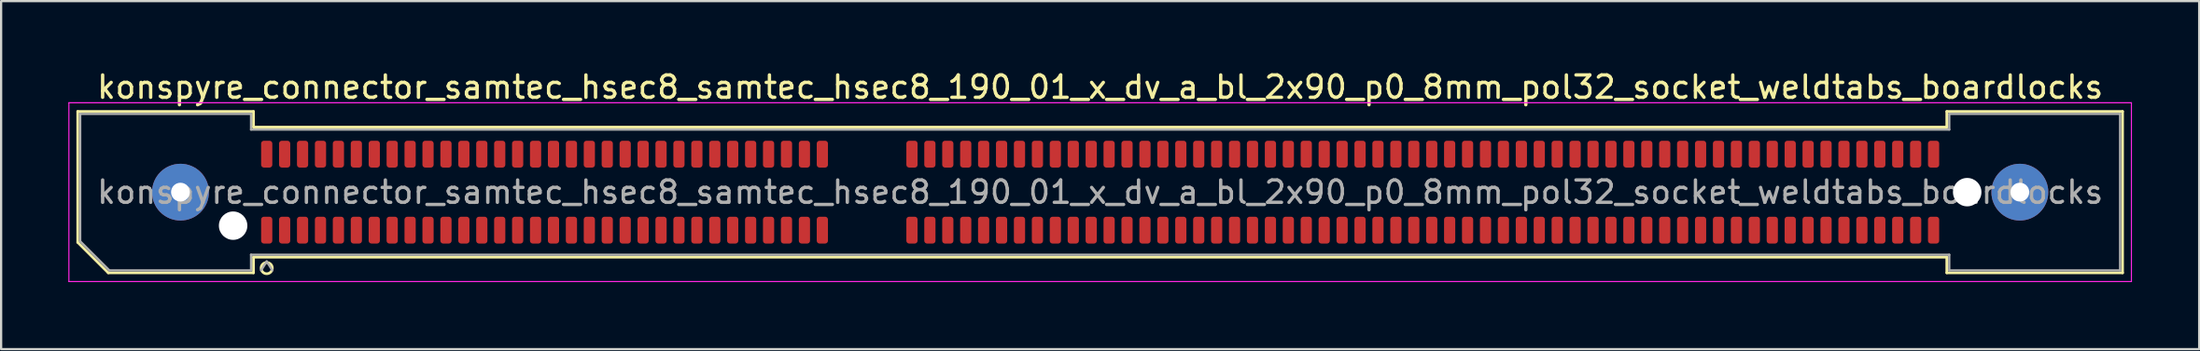
<source format=kicad_pcb>
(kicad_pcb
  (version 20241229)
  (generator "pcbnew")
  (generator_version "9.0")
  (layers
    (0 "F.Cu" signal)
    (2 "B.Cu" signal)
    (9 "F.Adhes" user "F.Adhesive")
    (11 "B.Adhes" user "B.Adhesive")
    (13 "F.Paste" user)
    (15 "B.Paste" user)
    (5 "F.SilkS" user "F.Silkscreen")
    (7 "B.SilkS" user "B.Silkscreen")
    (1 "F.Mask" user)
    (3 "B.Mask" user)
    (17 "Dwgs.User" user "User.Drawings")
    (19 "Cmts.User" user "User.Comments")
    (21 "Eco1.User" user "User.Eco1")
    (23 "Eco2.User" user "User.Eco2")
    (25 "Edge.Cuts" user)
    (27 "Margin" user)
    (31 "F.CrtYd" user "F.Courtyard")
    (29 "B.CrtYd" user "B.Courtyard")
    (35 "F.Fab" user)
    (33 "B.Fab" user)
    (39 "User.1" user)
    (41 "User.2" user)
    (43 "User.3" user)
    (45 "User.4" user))
  (footprint "konspyre_connector_samtec_hsec8_samtec_hsec8_190_01_x_dv_a_bl_2x90_p0_8mm_pol32_socket_weldtabs_boardlocks"
    (layer "F.Cu")
    (at 46.055 5.548)
    (property "Reference" "konspyre_connector_samtec_hsec8_samtec_hsec8_190_01_x_dv_a_bl_2x90_p0_8mm_pol32_socket_weldtabs_boardlocks" (at 0 -4.7 0) (layer "F.SilkS") (effects (font (size 1 1) (thickness 0.15))))
    (attr smd)
    (fp_line (start -45.635 -3.61) (end -37.79 -3.61) (stroke (width 0.12) (type solid)) (layer "F.SilkS"))
    (fp_line (start -45.635 2.246) (end -45.635 -3.61) (stroke (width 0.12) (type solid)) (layer "F.SilkS"))
    (fp_line (start -44.271 3.61) (end -45.635 2.246) (stroke (width 0.12) (type solid)) (layer "F.SilkS"))
    (fp_line (start -37.79 -3.61) (end -37.79 -2.91) (stroke (width 0.12) (type solid)) (layer "F.SilkS"))
    (fp_line (start -37.79 -2.91) (end 37.79 -2.91) (stroke (width 0.12) (type solid)) (layer "F.SilkS"))
    (fp_line (start -37.79 2.91) (end -37.79 3.61) (stroke (width 0.12) (type solid)) (layer "F.SilkS"))
    (fp_line (start -37.79 3.61) (end -44.271 3.61) (stroke (width 0.12) (type solid)) (layer "F.SilkS"))
    (fp_line (start 37.79 -3.61) (end 45.635 -3.61) (stroke (width 0.12) (type solid)) (layer "F.SilkS"))
    (fp_line (start 37.79 -2.91) (end 37.79 -3.61) (stroke (width 0.12) (type solid)) (layer "F.SilkS"))
    (fp_line (start 37.79 2.91) (end -37.79 2.91) (stroke (width 0.12) (type solid)) (layer "F.SilkS"))
    (fp_line (start 37.79 3.61) (end 37.79 2.91) (stroke (width 0.12) (type solid)) (layer "F.SilkS"))
    (fp_line (start 45.635 -3.61) (end 45.635 3.61) (stroke (width 0.12) (type solid)) (layer "F.SilkS"))
    (fp_line (start 45.635 3.61) (end 37.79 3.61) (stroke (width 0.12) (type solid)) (layer "F.SilkS"))
    (fp_circle (center -37.2 3.4) (end -36.95 3.4) (stroke (width 0.12) (type solid)) (fill no) (layer "F.SilkS"))
    (fp_line (start -46.03 -4) (end -46.03 4) (stroke (width 0.05) (type solid)) (layer "F.CrtYd"))
    (fp_line (start -46.03 4) (end 46.03 4) (stroke (width 0.05) (type solid)) (layer "F.CrtYd"))
    (fp_line (start 46.03 -4) (end -46.03 -4) (stroke (width 0.05) (type solid)) (layer "F.CrtYd"))
    (fp_line (start 46.03 4) (end 46.03 -4) (stroke (width 0.05) (type solid)) (layer "F.CrtYd"))
    (fp_line (start -45.525 -3.5) (end -37.9 -3.5) (stroke (width 0.1) (type solid)) (layer "F.Fab"))
    (fp_line (start -45.525 2.2) (end -45.525 -3.5) (stroke (width 0.1) (type solid)) (layer "F.Fab"))
    (fp_line (start -44.225 3.5) (end -45.525 2.2) (stroke (width 0.1) (type solid)) (layer "F.Fab"))
    (fp_line (start -37.9 -3.5) (end -37.9 -2.8) (stroke (width 0.1) (type solid)) (layer "F.Fab"))
    (fp_line (start -37.9 -2.8) (end 37.9 -2.8) (stroke (width 0.1) (type solid)) (layer "F.Fab"))
    (fp_line (start -37.9 2.8) (end -37.9 3.5) (stroke (width 0.1) (type solid)) (layer "F.Fab"))
    (fp_line (start -37.9 3.5) (end -44.225 3.5) (stroke (width 0.1) (type solid)) (layer "F.Fab"))
    (fp_line (start -37.2 3.1) (end -37.45 3.5) (stroke (width 0.1) (type solid)) (layer "F.Fab"))
    (fp_line (start -37.2 3.1) (end -36.95 3.5) (stroke (width 0.1) (type solid)) (layer "F.Fab"))
    (fp_line (start 37.9 -3.5) (end 45.525 -3.5) (stroke (width 0.1) (type solid)) (layer "F.Fab"))
    (fp_line (start 37.9 -2.8) (end 37.9 -3.5) (stroke (width 0.1) (type solid)) (layer "F.Fab"))
    (fp_line (start 37.9 2.8) (end -37.9 2.8) (stroke (width 0.1) (type solid)) (layer "F.Fab"))
    (fp_line (start 37.9 3.5) (end 37.9 2.8) (stroke (width 0.1) (type solid)) (layer "F.Fab"))
    (fp_line (start 45.525 -3.5) (end 45.525 3.5) (stroke (width 0.1) (type solid)) (layer "F.Fab"))
    (fp_line (start 45.525 3.5) (end 37.9 3.5) (stroke (width 0.1) (type solid)) (layer "F.Fab"))
    (fp_text user "${REFERENCE}" (at 0 0 0) (layer "F.Fab") (effects (font (size 1 1) (thickness 0.15))))
    (pad "" thru_hole circle (at -41.05 0) (size 2.54 2.54) (drill 0.84) (layers "*.Cu" "*.Mask" "F.Paste"))
    (pad "" np_thru_hole circle (at -38.7 1.5) (size 1.27 1.27) (drill 1.27) (layers "*.Cu" "*.Mask"))
    (pad "" np_thru_hole circle (at 38.7 0) (size 1.27 1.27) (drill 1.27) (layers "*.Cu" "*.Mask"))
    (pad "" thru_hole circle (at 41.05 0) (size 2.54 2.54) (drill 0.84) (layers "*.Cu" "*.Mask" "F.Paste"))
    (pad "1" smd roundrect (at -37.2 1.7) (size 0.5 1.2) (layers "F.Cu" "F.Mask" "F.Paste") (roundrect_rratio 0.25))
    (pad "2" smd roundrect (at -37.2 -1.7) (size 0.5 1.2) (layers "F.Cu" "F.Mask" "F.Paste") (roundrect_rratio 0.25))
    (pad "3" smd roundrect (at -36.4 1.7) (size 0.5 1.2) (layers "F.Cu" "F.Mask" "F.Paste") (roundrect_rratio 0.25))
    (pad "4" smd roundrect (at -36.4 -1.7) (size 0.5 1.2) (layers "F.Cu" "F.Mask" "F.Paste") (roundrect_rratio 0.25))
    (pad "5" smd roundrect (at -35.6 1.7) (size 0.5 1.2) (layers "F.Cu" "F.Mask" "F.Paste") (roundrect_rratio 0.25))
    (pad "6" smd roundrect (at -35.6 -1.7) (size 0.5 1.2) (layers "F.Cu" "F.Mask" "F.Paste") (roundrect_rratio 0.25))
    (pad "7" smd roundrect (at -34.8 1.7) (size 0.5 1.2) (layers "F.Cu" "F.Mask" "F.Paste") (roundrect_rratio 0.25))
    (pad "8" smd roundrect (at -34.8 -1.7) (size 0.5 1.2) (layers "F.Cu" "F.Mask" "F.Paste") (roundrect_rratio 0.25))
    (pad "9" smd roundrect (at -34 1.7) (size 0.5 1.2) (layers "F.Cu" "F.Mask" "F.Paste") (roundrect_rratio 0.25))
    (pad "10" smd roundrect (at -34 -1.7) (size 0.5 1.2) (layers "F.Cu" "F.Mask" "F.Paste") (roundrect_rratio 0.25))
    (pad "11" smd roundrect (at -33.2 1.7) (size 0.5 1.2) (layers "F.Cu" "F.Mask" "F.Paste") (roundrect_rratio 0.25))
    (pad "12" smd roundrect (at -33.2 -1.7) (size 0.5 1.2) (layers "F.Cu" "F.Mask" "F.Paste") (roundrect_rratio 0.25))
    (pad "13" smd roundrect (at -32.4 1.7) (size 0.5 1.2) (layers "F.Cu" "F.Mask" "F.Paste") (roundrect_rratio 0.25))
    (pad "14" smd roundrect (at -32.4 -1.7) (size 0.5 1.2) (layers "F.Cu" "F.Mask" "F.Paste") (roundrect_rratio 0.25))
    (pad "15" smd roundrect (at -31.6 1.7) (size 0.5 1.2) (layers "F.Cu" "F.Mask" "F.Paste") (roundrect_rratio 0.25))
    (pad "16" smd roundrect (at -31.6 -1.7) (size 0.5 1.2) (layers "F.Cu" "F.Mask" "F.Paste") (roundrect_rratio 0.25))
    (pad "17" smd roundrect (at -30.8 1.7) (size 0.5 1.2) (layers "F.Cu" "F.Mask" "F.Paste") (roundrect_rratio 0.25))
    (pad "18" smd roundrect (at -30.8 -1.7) (size 0.5 1.2) (layers "F.Cu" "F.Mask" "F.Paste") (roundrect_rratio 0.25))
    (pad "19" smd roundrect (at -30 1.7) (size 0.5 1.2) (layers "F.Cu" "F.Mask" "F.Paste") (roundrect_rratio 0.25))
    (pad "20" smd roundrect (at -30 -1.7) (size 0.5 1.2) (layers "F.Cu" "F.Mask" "F.Paste") (roundrect_rratio 0.25))
    (pad "21" smd roundrect (at -29.2 1.7) (size 0.5 1.2) (layers "F.Cu" "F.Mask" "F.Paste") (roundrect_rratio 0.25))
    (pad "22" smd roundrect (at -29.2 -1.7) (size 0.5 1.2) (layers "F.Cu" "F.Mask" "F.Paste") (roundrect_rratio 0.25))
    (pad "23" smd roundrect (at -28.4 1.7) (size 0.5 1.2) (layers "F.Cu" "F.Mask" "F.Paste") (roundrect_rratio 0.25))
    (pad "24" smd roundrect (at -28.4 -1.7) (size 0.5 1.2) (layers "F.Cu" "F.Mask" "F.Paste") (roundrect_rratio 0.25))
    (pad "25" smd roundrect (at -27.6 1.7) (size 0.5 1.2) (layers "F.Cu" "F.Mask" "F.Paste") (roundrect_rratio 0.25))
    (pad "26" smd roundrect (at -27.6 -1.7) (size 0.5 1.2) (layers "F.Cu" "F.Mask" "F.Paste") (roundrect_rratio 0.25))
    (pad "27" smd roundrect (at -26.8 1.7) (size 0.5 1.2) (layers "F.Cu" "F.Mask" "F.Paste") (roundrect_rratio 0.25))
    (pad "28" smd roundrect (at -26.8 -1.7) (size 0.5 1.2) (layers "F.Cu" "F.Mask" "F.Paste") (roundrect_rratio 0.25))
    (pad "29" smd roundrect (at -26 1.7) (size 0.5 1.2) (layers "F.Cu" "F.Mask" "F.Paste") (roundrect_rratio 0.25))
    (pad "30" smd roundrect (at -26 -1.7) (size 0.5 1.2) (layers "F.Cu" "F.Mask" "F.Paste") (roundrect_rratio 0.25))
    (pad "31" smd roundrect (at -25.2 1.7) (size 0.5 1.2) (layers "F.Cu" "F.Mask" "F.Paste") (roundrect_rratio 0.25))
    (pad "32" smd roundrect (at -25.2 -1.7) (size 0.5 1.2) (layers "F.Cu" "F.Mask" "F.Paste") (roundrect_rratio 0.25))
    (pad "33" smd roundrect (at -24.4 1.7) (size 0.5 1.2) (layers "F.Cu" "F.Mask" "F.Paste") (roundrect_rratio 0.25))
    (pad "34" smd roundrect (at -24.4 -1.7) (size 0.5 1.2) (layers "F.Cu" "F.Mask" "F.Paste") (roundrect_rratio 0.25))
    (pad "35" smd roundrect (at -23.6 1.7) (size 0.5 1.2) (layers "F.Cu" "F.Mask" "F.Paste") (roundrect_rratio 0.25))
    (pad "36" smd roundrect (at -23.6 -1.7) (size 0.5 1.2) (layers "F.Cu" "F.Mask" "F.Paste") (roundrect_rratio 0.25))
    (pad "37" smd roundrect (at -22.8 1.7) (size 0.5 1.2) (layers "F.Cu" "F.Mask" "F.Paste") (roundrect_rratio 0.25))
    (pad "38" smd roundrect (at -22.8 -1.7) (size 0.5 1.2) (layers "F.Cu" "F.Mask" "F.Paste") (roundrect_rratio 0.25))
    (pad "39" smd roundrect (at -22 1.7) (size 0.5 1.2) (layers "F.Cu" "F.Mask" "F.Paste") (roundrect_rratio 0.25))
    (pad "40" smd roundrect (at -22 -1.7) (size 0.5 1.2) (layers "F.Cu" "F.Mask" "F.Paste") (roundrect_rratio 0.25))
    (pad "41" smd roundrect (at -21.2 1.7) (size 0.5 1.2) (layers "F.Cu" "F.Mask" "F.Paste") (roundrect_rratio 0.25))
    (pad "42" smd roundrect (at -21.2 -1.7) (size 0.5 1.2) (layers "F.Cu" "F.Mask" "F.Paste") (roundrect_rratio 0.25))
    (pad "43" smd roundrect (at -20.4 1.7) (size 0.5 1.2) (layers "F.Cu" "F.Mask" "F.Paste") (roundrect_rratio 0.25))
    (pad "44" smd roundrect (at -20.4 -1.7) (size 0.5 1.2) (layers "F.Cu" "F.Mask" "F.Paste") (roundrect_rratio 0.25))
    (pad "45" smd roundrect (at -19.6 1.7) (size 0.5 1.2) (layers "F.Cu" "F.Mask" "F.Paste") (roundrect_rratio 0.25))
    (pad "46" smd roundrect (at -19.6 -1.7) (size 0.5 1.2) (layers "F.Cu" "F.Mask" "F.Paste") (roundrect_rratio 0.25))
    (pad "47" smd roundrect (at -18.8 1.7) (size 0.5 1.2) (layers "F.Cu" "F.Mask" "F.Paste") (roundrect_rratio 0.25))
    (pad "48" smd roundrect (at -18.8 -1.7) (size 0.5 1.2) (layers "F.Cu" "F.Mask" "F.Paste") (roundrect_rratio 0.25))
    (pad "49" smd roundrect (at -18 1.7) (size 0.5 1.2) (layers "F.Cu" "F.Mask" "F.Paste") (roundrect_rratio 0.25))
    (pad "50" smd roundrect (at -18 -1.7) (size 0.5 1.2) (layers "F.Cu" "F.Mask" "F.Paste") (roundrect_rratio 0.25))
    (pad "51" smd roundrect (at -17.2 1.7) (size 0.5 1.2) (layers "F.Cu" "F.Mask" "F.Paste") (roundrect_rratio 0.25))
    (pad "52" smd roundrect (at -17.2 -1.7) (size 0.5 1.2) (layers "F.Cu" "F.Mask" "F.Paste") (roundrect_rratio 0.25))
    (pad "53" smd roundrect (at -16.4 1.7) (size 0.5 1.2) (layers "F.Cu" "F.Mask" "F.Paste") (roundrect_rratio 0.25))
    (pad "54" smd roundrect (at -16.4 -1.7) (size 0.5 1.2) (layers "F.Cu" "F.Mask" "F.Paste") (roundrect_rratio 0.25))
    (pad "55" smd roundrect (at -15.6 1.7) (size 0.5 1.2) (layers "F.Cu" "F.Mask" "F.Paste") (roundrect_rratio 0.25))
    (pad "56" smd roundrect (at -15.6 -1.7) (size 0.5 1.2) (layers "F.Cu" "F.Mask" "F.Paste") (roundrect_rratio 0.25))
    (pad "57" smd roundrect (at -14.8 1.7) (size 0.5 1.2) (layers "F.Cu" "F.Mask" "F.Paste") (roundrect_rratio 0.25))
    (pad "58" smd roundrect (at -14.8 -1.7) (size 0.5 1.2) (layers "F.Cu" "F.Mask" "F.Paste") (roundrect_rratio 0.25))
    (pad "59" smd roundrect (at -14 1.7) (size 0.5 1.2) (layers "F.Cu" "F.Mask" "F.Paste") (roundrect_rratio 0.25))
    (pad "60" smd roundrect (at -14 -1.7) (size 0.5 1.2) (layers "F.Cu" "F.Mask" "F.Paste") (roundrect_rratio 0.25))
    (pad "61" smd roundrect (at -13.2 1.7) (size 0.5 1.2) (layers "F.Cu" "F.Mask" "F.Paste") (roundrect_rratio 0.25))
    (pad "62" smd roundrect (at -13.2 -1.7) (size 0.5 1.2) (layers "F.Cu" "F.Mask" "F.Paste") (roundrect_rratio 0.25))
    (pad "63" smd roundrect (at -12.4 1.7) (size 0.5 1.2) (layers "F.Cu" "F.Mask" "F.Paste") (roundrect_rratio 0.25))
    (pad "64" smd roundrect (at -12.4 -1.7) (size 0.5 1.2) (layers "F.Cu" "F.Mask" "F.Paste") (roundrect_rratio 0.25))
    (pad "65" smd roundrect (at -8.4 1.7) (size 0.5 1.2) (layers "F.Cu" "F.Mask" "F.Paste") (roundrect_rratio 0.25))
    (pad "66" smd roundrect (at -8.4 -1.7) (size 0.5 1.2) (layers "F.Cu" "F.Mask" "F.Paste") (roundrect_rratio 0.25))
    (pad "67" smd roundrect (at -7.6 1.7) (size 0.5 1.2) (layers "F.Cu" "F.Mask" "F.Paste") (roundrect_rratio 0.25))
    (pad "68" smd roundrect (at -7.6 -1.7) (size 0.5 1.2) (layers "F.Cu" "F.Mask" "F.Paste") (roundrect_rratio 0.25))
    (pad "69" smd roundrect (at -6.8 1.7) (size 0.5 1.2) (layers "F.Cu" "F.Mask" "F.Paste") (roundrect_rratio 0.25))
    (pad "70" smd roundrect (at -6.8 -1.7) (size 0.5 1.2) (layers "F.Cu" "F.Mask" "F.Paste") (roundrect_rratio 0.25))
    (pad "71" smd roundrect (at -6 1.7) (size 0.5 1.2) (layers "F.Cu" "F.Mask" "F.Paste") (roundrect_rratio 0.25))
    (pad "72" smd roundrect (at -6 -1.7) (size 0.5 1.2) (layers "F.Cu" "F.Mask" "F.Paste") (roundrect_rratio 0.25))
    (pad "73" smd roundrect (at -5.2 1.7) (size 0.5 1.2) (layers "F.Cu" "F.Mask" "F.Paste") (roundrect_rratio 0.25))
    (pad "74" smd roundrect (at -5.2 -1.7) (size 0.5 1.2) (layers "F.Cu" "F.Mask" "F.Paste") (roundrect_rratio 0.25))
    (pad "75" smd roundrect (at -4.4 1.7) (size 0.5 1.2) (layers "F.Cu" "F.Mask" "F.Paste") (roundrect_rratio 0.25))
    (pad "76" smd roundrect (at -4.4 -1.7) (size 0.5 1.2) (layers "F.Cu" "F.Mask" "F.Paste") (roundrect_rratio 0.25))
    (pad "77" smd roundrect (at -3.6 1.7) (size 0.5 1.2) (layers "F.Cu" "F.Mask" "F.Paste") (roundrect_rratio 0.25))
    (pad "78" smd roundrect (at -3.6 -1.7) (size 0.5 1.2) (layers "F.Cu" "F.Mask" "F.Paste") (roundrect_rratio 0.25))
    (pad "79" smd roundrect (at -2.8 1.7) (size 0.5 1.2) (layers "F.Cu" "F.Mask" "F.Paste") (roundrect_rratio 0.25))
    (pad "80" smd roundrect (at -2.8 -1.7) (size 0.5 1.2) (layers "F.Cu" "F.Mask" "F.Paste") (roundrect_rratio 0.25))
    (pad "81" smd roundrect (at -2 1.7) (size 0.5 1.2) (layers "F.Cu" "F.Mask" "F.Paste") (roundrect_rratio 0.25))
    (pad "82" smd roundrect (at -2 -1.7) (size 0.5 1.2) (layers "F.Cu" "F.Mask" "F.Paste") (roundrect_rratio 0.25))
    (pad "83" smd roundrect (at -1.2 1.7) (size 0.5 1.2) (layers "F.Cu" "F.Mask" "F.Paste") (roundrect_rratio 0.25))
    (pad "84" smd roundrect (at -1.2 -1.7) (size 0.5 1.2) (layers "F.Cu" "F.Mask" "F.Paste") (roundrect_rratio 0.25))
    (pad "85" smd roundrect (at -0.4 1.7) (size 0.5 1.2) (layers "F.Cu" "F.Mask" "F.Paste") (roundrect_rratio 0.25))
    (pad "86" smd roundrect (at -0.4 -1.7) (size 0.5 1.2) (layers "F.Cu" "F.Mask" "F.Paste") (roundrect_rratio 0.25))
    (pad "87" smd roundrect (at 0.4 1.7) (size 0.5 1.2) (layers "F.Cu" "F.Mask" "F.Paste") (roundrect_rratio 0.25))
    (pad "88" smd roundrect (at 0.4 -1.7) (size 0.5 1.2) (layers "F.Cu" "F.Mask" "F.Paste") (roundrect_rratio 0.25))
    (pad "89" smd roundrect (at 1.2 1.7) (size 0.5 1.2) (layers "F.Cu" "F.Mask" "F.Paste") (roundrect_rratio 0.25))
    (pad "90" smd roundrect (at 1.2 -1.7) (size 0.5 1.2) (layers "F.Cu" "F.Mask" "F.Paste") (roundrect_rratio 0.25))
    (pad "91" smd roundrect (at 2 1.7) (size 0.5 1.2) (layers "F.Cu" "F.Mask" "F.Paste") (roundrect_rratio 0.25))
    (pad "92" smd roundrect (at 2 -1.7) (size 0.5 1.2) (layers "F.Cu" "F.Mask" "F.Paste") (roundrect_rratio 0.25))
    (pad "93" smd roundrect (at 2.8 1.7) (size 0.5 1.2) (layers "F.Cu" "F.Mask" "F.Paste") (roundrect_rratio 0.25))
    (pad "94" smd roundrect (at 2.8 -1.7) (size 0.5 1.2) (layers "F.Cu" "F.Mask" "F.Paste") (roundrect_rratio 0.25))
    (pad "95" smd roundrect (at 3.6 1.7) (size 0.5 1.2) (layers "F.Cu" "F.Mask" "F.Paste") (roundrect_rratio 0.25))
    (pad "96" smd roundrect (at 3.6 -1.7) (size 0.5 1.2) (layers "F.Cu" "F.Mask" "F.Paste") (roundrect_rratio 0.25))
    (pad "97" smd roundrect (at 4.4 1.7) (size 0.5 1.2) (layers "F.Cu" "F.Mask" "F.Paste") (roundrect_rratio 0.25))
    (pad "98" smd roundrect (at 4.4 -1.7) (size 0.5 1.2) (layers "F.Cu" "F.Mask" "F.Paste") (roundrect_rratio 0.25))
    (pad "99" smd roundrect (at 5.2 1.7) (size 0.5 1.2) (layers "F.Cu" "F.Mask" "F.Paste") (roundrect_rratio 0.25))
    (pad "100" smd roundrect (at 5.2 -1.7) (size 0.5 1.2) (layers "F.Cu" "F.Mask" "F.Paste") (roundrect_rratio 0.25))
    (pad "101" smd roundrect (at 6 1.7) (size 0.5 1.2) (layers "F.Cu" "F.Mask" "F.Paste") (roundrect_rratio 0.25))
    (pad "102" smd roundrect (at 6 -1.7) (size 0.5 1.2) (layers "F.Cu" "F.Mask" "F.Paste") (roundrect_rratio 0.25))
    (pad "103" smd roundrect (at 6.8 1.7) (size 0.5 1.2) (layers "F.Cu" "F.Mask" "F.Paste") (roundrect_rratio 0.25))
    (pad "104" smd roundrect (at 6.8 -1.7) (size 0.5 1.2) (layers "F.Cu" "F.Mask" "F.Paste") (roundrect_rratio 0.25))
    (pad "105" smd roundrect (at 7.6 1.7) (size 0.5 1.2) (layers "F.Cu" "F.Mask" "F.Paste") (roundrect_rratio 0.25))
    (pad "106" smd roundrect (at 7.6 -1.7) (size 0.5 1.2) (layers "F.Cu" "F.Mask" "F.Paste") (roundrect_rratio 0.25))
    (pad "107" smd roundrect (at 8.4 1.7) (size 0.5 1.2) (layers "F.Cu" "F.Mask" "F.Paste") (roundrect_rratio 0.25))
    (pad "108" smd roundrect (at 8.4 -1.7) (size 0.5 1.2) (layers "F.Cu" "F.Mask" "F.Paste") (roundrect_rratio 0.25))
    (pad "109" smd roundrect (at 9.2 1.7) (size 0.5 1.2) (layers "F.Cu" "F.Mask" "F.Paste") (roundrect_rratio 0.25))
    (pad "110" smd roundrect (at 9.2 -1.7) (size 0.5 1.2) (layers "F.Cu" "F.Mask" "F.Paste") (roundrect_rratio 0.25))
    (pad "111" smd roundrect (at 10 1.7) (size 0.5 1.2) (layers "F.Cu" "F.Mask" "F.Paste") (roundrect_rratio 0.25))
    (pad "112" smd roundrect (at 10 -1.7) (size 0.5 1.2) (layers "F.Cu" "F.Mask" "F.Paste") (roundrect_rratio 0.25))
    (pad "113" smd roundrect (at 10.8 1.7) (size 0.5 1.2) (layers "F.Cu" "F.Mask" "F.Paste") (roundrect_rratio 0.25))
    (pad "114" smd roundrect (at 10.8 -1.7) (size 0.5 1.2) (layers "F.Cu" "F.Mask" "F.Paste") (roundrect_rratio 0.25))
    (pad "115" smd roundrect (at 11.6 1.7) (size 0.5 1.2) (layers "F.Cu" "F.Mask" "F.Paste") (roundrect_rratio 0.25))
    (pad "116" smd roundrect (at 11.6 -1.7) (size 0.5 1.2) (layers "F.Cu" "F.Mask" "F.Paste") (roundrect_rratio 0.25))
    (pad "117" smd roundrect (at 12.4 1.7) (size 0.5 1.2) (layers "F.Cu" "F.Mask" "F.Paste") (roundrect_rratio 0.25))
    (pad "118" smd roundrect (at 12.4 -1.7) (size 0.5 1.2) (layers "F.Cu" "F.Mask" "F.Paste") (roundrect_rratio 0.25))
    (pad "119" smd roundrect (at 13.2 1.7) (size 0.5 1.2) (layers "F.Cu" "F.Mask" "F.Paste") (roundrect_rratio 0.25))
    (pad "120" smd roundrect (at 13.2 -1.7) (size 0.5 1.2) (layers "F.Cu" "F.Mask" "F.Paste") (roundrect_rratio 0.25))
    (pad "121" smd roundrect (at 14 1.7) (size 0.5 1.2) (layers "F.Cu" "F.Mask" "F.Paste") (roundrect_rratio 0.25))
    (pad "122" smd roundrect (at 14 -1.7) (size 0.5 1.2) (layers "F.Cu" "F.Mask" "F.Paste") (roundrect_rratio 0.25))
    (pad "123" smd roundrect (at 14.8 1.7) (size 0.5 1.2) (layers "F.Cu" "F.Mask" "F.Paste") (roundrect_rratio 0.25))
    (pad "124" smd roundrect (at 14.8 -1.7) (size 0.5 1.2) (layers "F.Cu" "F.Mask" "F.Paste") (roundrect_rratio 0.25))
    (pad "125" smd roundrect (at 15.6 1.7) (size 0.5 1.2) (layers "F.Cu" "F.Mask" "F.Paste") (roundrect_rratio 0.25))
    (pad "126" smd roundrect (at 15.6 -1.7) (size 0.5 1.2) (layers "F.Cu" "F.Mask" "F.Paste") (roundrect_rratio 0.25))
    (pad "127" smd roundrect (at 16.4 1.7) (size 0.5 1.2) (layers "F.Cu" "F.Mask" "F.Paste") (roundrect_rratio 0.25))
    (pad "128" smd roundrect (at 16.4 -1.7) (size 0.5 1.2) (layers "F.Cu" "F.Mask" "F.Paste") (roundrect_rratio 0.25))
    (pad "129" smd roundrect (at 17.2 1.7) (size 0.5 1.2) (layers "F.Cu" "F.Mask" "F.Paste") (roundrect_rratio 0.25))
    (pad "130" smd roundrect (at 17.2 -1.7) (size 0.5 1.2) (layers "F.Cu" "F.Mask" "F.Paste") (roundrect_rratio 0.25))
    (pad "131" smd roundrect (at 18 1.7) (size 0.5 1.2) (layers "F.Cu" "F.Mask" "F.Paste") (roundrect_rratio 0.25))
    (pad "132" smd roundrect (at 18 -1.7) (size 0.5 1.2) (layers "F.Cu" "F.Mask" "F.Paste") (roundrect_rratio 0.25))
    (pad "133" smd roundrect (at 18.8 1.7) (size 0.5 1.2) (layers "F.Cu" "F.Mask" "F.Paste") (roundrect_rratio 0.25))
    (pad "134" smd roundrect (at 18.8 -1.7) (size 0.5 1.2) (layers "F.Cu" "F.Mask" "F.Paste") (roundrect_rratio 0.25))
    (pad "135" smd roundrect (at 19.6 1.7) (size 0.5 1.2) (layers "F.Cu" "F.Mask" "F.Paste") (roundrect_rratio 0.25))
    (pad "136" smd roundrect (at 19.6 -1.7) (size 0.5 1.2) (layers "F.Cu" "F.Mask" "F.Paste") (roundrect_rratio 0.25))
    (pad "137" smd roundrect (at 20.4 1.7) (size 0.5 1.2) (layers "F.Cu" "F.Mask" "F.Paste") (roundrect_rratio 0.25))
    (pad "138" smd roundrect (at 20.4 -1.7) (size 0.5 1.2) (layers "F.Cu" "F.Mask" "F.Paste") (roundrect_rratio 0.25))
    (pad "139" smd roundrect (at 21.2 1.7) (size 0.5 1.2) (layers "F.Cu" "F.Mask" "F.Paste") (roundrect_rratio 0.25))
    (pad "140" smd roundrect (at 21.2 -1.7) (size 0.5 1.2) (layers "F.Cu" "F.Mask" "F.Paste") (roundrect_rratio 0.25))
    (pad "141" smd roundrect (at 22 1.7) (size 0.5 1.2) (layers "F.Cu" "F.Mask" "F.Paste") (roundrect_rratio 0.25))
    (pad "142" smd roundrect (at 22 -1.7) (size 0.5 1.2) (layers "F.Cu" "F.Mask" "F.Paste") (roundrect_rratio 0.25))
    (pad "143" smd roundrect (at 22.8 1.7) (size 0.5 1.2) (layers "F.Cu" "F.Mask" "F.Paste") (roundrect_rratio 0.25))
    (pad "144" smd roundrect (at 22.8 -1.7) (size 0.5 1.2) (layers "F.Cu" "F.Mask" "F.Paste") (roundrect_rratio 0.25))
    (pad "145" smd roundrect (at 23.6 1.7) (size 0.5 1.2) (layers "F.Cu" "F.Mask" "F.Paste") (roundrect_rratio 0.25))
    (pad "146" smd roundrect (at 23.6 -1.7) (size 0.5 1.2) (layers "F.Cu" "F.Mask" "F.Paste") (roundrect_rratio 0.25))
    (pad "147" smd roundrect (at 24.4 1.7) (size 0.5 1.2) (layers "F.Cu" "F.Mask" "F.Paste") (roundrect_rratio 0.25))
    (pad "148" smd roundrect (at 24.4 -1.7) (size 0.5 1.2) (layers "F.Cu" "F.Mask" "F.Paste") (roundrect_rratio 0.25))
    (pad "149" smd roundrect (at 25.2 1.7) (size 0.5 1.2) (layers "F.Cu" "F.Mask" "F.Paste") (roundrect_rratio 0.25))
    (pad "150" smd roundrect (at 25.2 -1.7) (size 0.5 1.2) (layers "F.Cu" "F.Mask" "F.Paste") (roundrect_rratio 0.25))
    (pad "151" smd roundrect (at 26 1.7) (size 0.5 1.2) (layers "F.Cu" "F.Mask" "F.Paste") (roundrect_rratio 0.25))
    (pad "152" smd roundrect (at 26 -1.7) (size 0.5 1.2) (layers "F.Cu" "F.Mask" "F.Paste") (roundrect_rratio 0.25))
    (pad "153" smd roundrect (at 26.8 1.7) (size 0.5 1.2) (layers "F.Cu" "F.Mask" "F.Paste") (roundrect_rratio 0.25))
    (pad "154" smd roundrect (at 26.8 -1.7) (size 0.5 1.2) (layers "F.Cu" "F.Mask" "F.Paste") (roundrect_rratio 0.25))
    (pad "155" smd roundrect (at 27.6 1.7) (size 0.5 1.2) (layers "F.Cu" "F.Mask" "F.Paste") (roundrect_rratio 0.25))
    (pad "156" smd roundrect (at 27.6 -1.7) (size 0.5 1.2) (layers "F.Cu" "F.Mask" "F.Paste") (roundrect_rratio 0.25))
    (pad "157" smd roundrect (at 28.4 1.7) (size 0.5 1.2) (layers "F.Cu" "F.Mask" "F.Paste") (roundrect_rratio 0.25))
    (pad "158" smd roundrect (at 28.4 -1.7) (size 0.5 1.2) (layers "F.Cu" "F.Mask" "F.Paste") (roundrect_rratio 0.25))
    (pad "159" smd roundrect (at 29.2 1.7) (size 0.5 1.2) (layers "F.Cu" "F.Mask" "F.Paste") (roundrect_rratio 0.25))
    (pad "160" smd roundrect (at 29.2 -1.7) (size 0.5 1.2) (layers "F.Cu" "F.Mask" "F.Paste") (roundrect_rratio 0.25))
    (pad "161" smd roundrect (at 30 1.7) (size 0.5 1.2) (layers "F.Cu" "F.Mask" "F.Paste") (roundrect_rratio 0.25))
    (pad "162" smd roundrect (at 30 -1.7) (size 0.5 1.2) (layers "F.Cu" "F.Mask" "F.Paste") (roundrect_rratio 0.25))
    (pad "163" smd roundrect (at 30.8 1.7) (size 0.5 1.2) (layers "F.Cu" "F.Mask" "F.Paste") (roundrect_rratio 0.25))
    (pad "164" smd roundrect (at 30.8 -1.7) (size 0.5 1.2) (layers "F.Cu" "F.Mask" "F.Paste") (roundrect_rratio 0.25))
    (pad "165" smd roundrect (at 31.6 1.7) (size 0.5 1.2) (layers "F.Cu" "F.Mask" "F.Paste") (roundrect_rratio 0.25))
    (pad "166" smd roundrect (at 31.6 -1.7) (size 0.5 1.2) (layers "F.Cu" "F.Mask" "F.Paste") (roundrect_rratio 0.25))
    (pad "167" smd roundrect (at 32.4 1.7) (size 0.5 1.2) (layers "F.Cu" "F.Mask" "F.Paste") (roundrect_rratio 0.25))
    (pad "168" smd roundrect (at 32.4 -1.7) (size 0.5 1.2) (layers "F.Cu" "F.Mask" "F.Paste") (roundrect_rratio 0.25))
    (pad "169" smd roundrect (at 33.2 1.7) (size 0.5 1.2) (layers "F.Cu" "F.Mask" "F.Paste") (roundrect_rratio 0.25))
    (pad "170" smd roundrect (at 33.2 -1.7) (size 0.5 1.2) (layers "F.Cu" "F.Mask" "F.Paste") (roundrect_rratio 0.25))
    (pad "171" smd roundrect (at 34 1.7) (size 0.5 1.2) (layers "F.Cu" "F.Mask" "F.Paste") (roundrect_rratio 0.25))
    (pad "172" smd roundrect (at 34 -1.7) (size 0.5 1.2) (layers "F.Cu" "F.Mask" "F.Paste") (roundrect_rratio 0.25))
    (pad "173" smd roundrect (at 34.8 1.7) (size 0.5 1.2) (layers "F.Cu" "F.Mask" "F.Paste") (roundrect_rratio 0.25))
    (pad "174" smd roundrect (at 34.8 -1.7) (size 0.5 1.2) (layers "F.Cu" "F.Mask" "F.Paste") (roundrect_rratio 0.25))
    (pad "175" smd roundrect (at 35.6 1.7) (size 0.5 1.2) (layers "F.Cu" "F.Mask" "F.Paste") (roundrect_rratio 0.25))
    (pad "176" smd roundrect (at 35.6 -1.7) (size 0.5 1.2) (layers "F.Cu" "F.Mask" "F.Paste") (roundrect_rratio 0.25))
    (pad "177" smd roundrect (at 36.4 1.7) (size 0.5 1.2) (layers "F.Cu" "F.Mask" "F.Paste") (roundrect_rratio 0.25))
    (pad "178" smd roundrect (at 36.4 -1.7) (size 0.5 1.2) (layers "F.Cu" "F.Mask" "F.Paste") (roundrect_rratio 0.25))
    (pad "179" smd roundrect (at 37.2 1.7) (size 0.5 1.2) (layers "F.Cu" "F.Mask" "F.Paste") (roundrect_rratio 0.25))
    (pad "180" smd roundrect (at 37.2 -1.7) (size 0.5 1.2) (layers "F.Cu" "F.Mask" "F.Paste") (roundrect_rratio 0.25)))
  (gr_rect
    (start -3 -3)
    (end 95.11 12.573)
    (stroke (width 0.1) (type default))
    (fill no)
    (layer "Edge.Cuts")))
</source>
